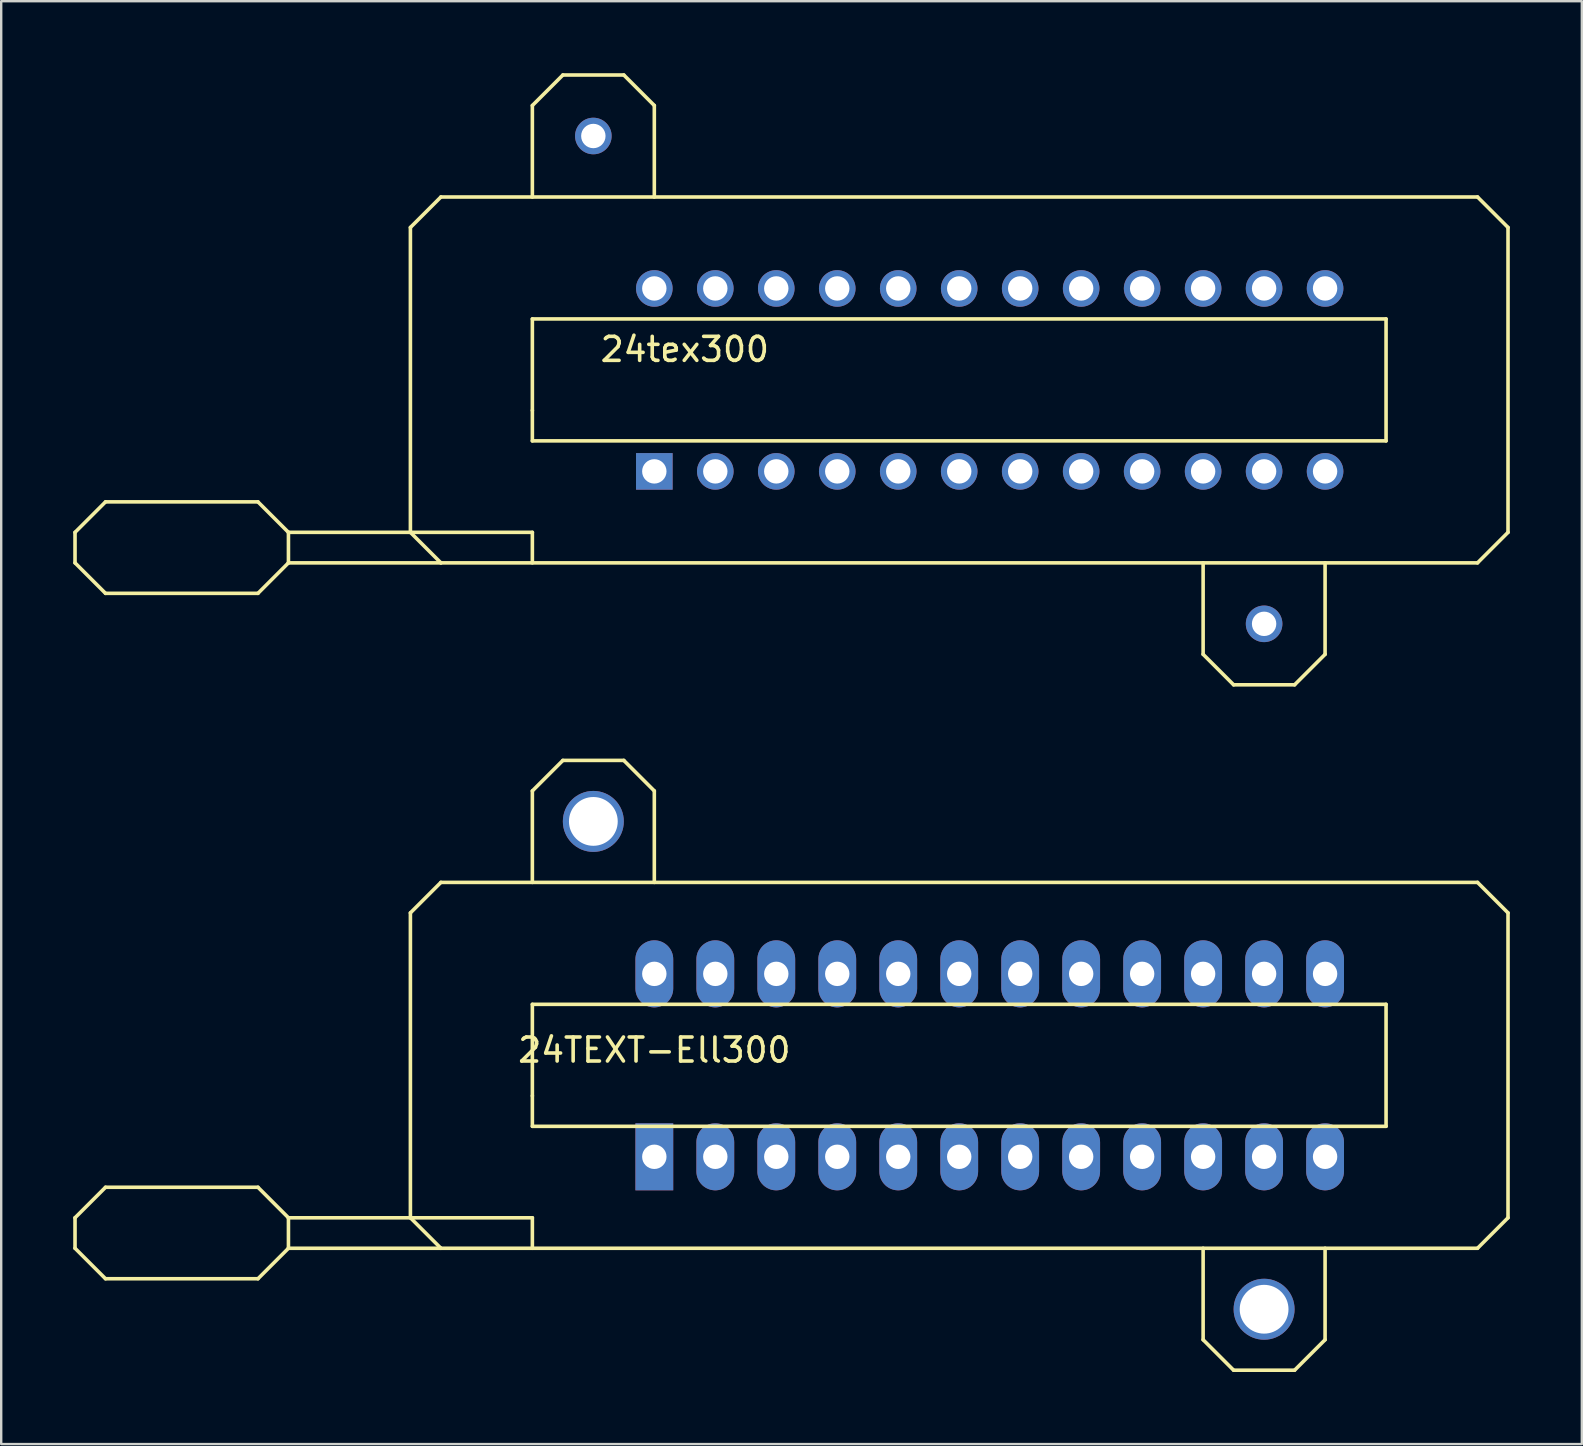
<source format=kicad_pcb>
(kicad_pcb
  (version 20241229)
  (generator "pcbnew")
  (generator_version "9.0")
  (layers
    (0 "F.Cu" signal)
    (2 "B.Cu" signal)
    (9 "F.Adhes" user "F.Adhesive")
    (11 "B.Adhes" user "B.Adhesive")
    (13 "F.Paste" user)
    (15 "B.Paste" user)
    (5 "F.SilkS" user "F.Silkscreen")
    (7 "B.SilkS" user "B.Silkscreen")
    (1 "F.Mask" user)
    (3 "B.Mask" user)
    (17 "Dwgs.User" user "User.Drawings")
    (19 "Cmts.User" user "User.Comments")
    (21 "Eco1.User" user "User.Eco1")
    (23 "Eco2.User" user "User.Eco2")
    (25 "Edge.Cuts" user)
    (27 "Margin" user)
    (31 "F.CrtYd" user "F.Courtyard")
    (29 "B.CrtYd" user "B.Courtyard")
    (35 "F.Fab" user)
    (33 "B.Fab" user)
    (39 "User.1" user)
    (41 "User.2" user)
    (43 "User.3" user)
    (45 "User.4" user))
  (footprint "24TEXT-Ell300"
    (layer "F.Cu")
    (at 38.175 41.325)
    (property "Reference" "24TEXT-Ell300" (at -13.97 -0.635 0) (layer "F.SilkS") (effects (font (size 1 1) (thickness 0.15))))
    (attr through_hole)
    (fp_line (start -38.1 6.35) (end -38.1 7.62) (stroke (width 0.15) (type solid)) (layer "F.SilkS"))
    (fp_line (start -38.1 7.62) (end -36.83 8.89) (stroke (width 0.15) (type solid)) (layer "F.SilkS"))
    (fp_line (start -36.83 5.08) (end -38.1 6.35) (stroke (width 0.15) (type solid)) (layer "F.SilkS"))
    (fp_line (start -36.83 8.89) (end -30.48 8.89) (stroke (width 0.15) (type solid)) (layer "F.SilkS"))
    (fp_line (start -30.48 5.08) (end -36.83 5.08) (stroke (width 0.15) (type solid)) (layer "F.SilkS"))
    (fp_line (start -30.48 5.08) (end -29.21 6.35) (stroke (width 0.15) (type solid)) (layer "F.SilkS"))
    (fp_line (start -30.48 8.89) (end -29.21 7.62) (stroke (width 0.15) (type solid)) (layer "F.SilkS"))
    (fp_line (start -29.21 6.35) (end -29.21 7.62) (stroke (width 0.15) (type solid)) (layer "F.SilkS"))
    (fp_line (start -29.21 6.35) (end -19.05 6.35) (stroke (width 0.15) (type solid)) (layer "F.SilkS"))
    (fp_line (start -29.21 7.62) (end -22.86 7.62) (stroke (width 0.15) (type solid)) (layer "F.SilkS"))
    (fp_line (start -24.13 -6.35) (end -24.13 6.35) (stroke (width 0.15) (type solid)) (layer "F.SilkS"))
    (fp_line (start -24.13 6.35) (end -22.86 7.62) (stroke (width 0.15) (type solid)) (layer "F.SilkS"))
    (fp_line (start -22.86 -7.62) (end -24.13 -6.35) (stroke (width 0.15) (type solid)) (layer "F.SilkS"))
    (fp_line (start -22.86 7.62) (end 20.32 7.62) (stroke (width 0.15) (type solid)) (layer "F.SilkS"))
    (fp_line (start -19.05 -11.43) (end -19.05 -7.62) (stroke (width 0.15) (type solid)) (layer "F.SilkS"))
    (fp_line (start -19.05 -2.54) (end 16.51 -2.54) (stroke (width 0.15) (type solid)) (layer "F.SilkS"))
    (fp_line (start -19.05 1.27) (end -19.05 -2.54) (stroke (width 0.15) (type solid)) (layer "F.SilkS"))
    (fp_line (start -19.05 2.54) (end -19.05 1.27) (stroke (width 0.15) (type solid)) (layer "F.SilkS"))
    (fp_line (start -19.05 6.35) (end -19.05 7.62) (stroke (width 0.15) (type solid)) (layer "F.SilkS"))
    (fp_line (start -17.78 -12.7) (end -19.05 -11.43) (stroke (width 0.15) (type solid)) (layer "F.SilkS"))
    (fp_line (start -15.24 -12.7) (end -17.78 -12.7) (stroke (width 0.15) (type solid)) (layer "F.SilkS"))
    (fp_line (start -13.97 -11.43) (end -15.24 -12.7) (stroke (width 0.15) (type solid)) (layer "F.SilkS"))
    (fp_line (start -13.97 -7.62) (end -13.97 -11.43) (stroke (width 0.15) (type solid)) (layer "F.SilkS"))
    (fp_line (start 8.89 11.43) (end 8.89 7.62) (stroke (width 0.15) (type solid)) (layer "F.SilkS"))
    (fp_line (start 10.16 12.7) (end 8.89 11.43) (stroke (width 0.15) (type solid)) (layer "F.SilkS"))
    (fp_line (start 12.7 12.7) (end 10.16 12.7) (stroke (width 0.15) (type solid)) (layer "F.SilkS"))
    (fp_line (start 13.97 7.62) (end 13.97 11.43) (stroke (width 0.15) (type solid)) (layer "F.SilkS"))
    (fp_line (start 13.97 11.43) (end 12.7 12.7) (stroke (width 0.15) (type solid)) (layer "F.SilkS"))
    (fp_line (start 16.51 -2.54) (end 16.51 2.54) (stroke (width 0.15) (type solid)) (layer "F.SilkS"))
    (fp_line (start 16.51 2.54) (end -19.05 2.54) (stroke (width 0.15) (type solid)) (layer "F.SilkS"))
    (fp_line (start 20.32 -7.62) (end -22.86 -7.62) (stroke (width 0.15) (type solid)) (layer "F.SilkS"))
    (fp_line (start 20.32 7.62) (end 21.59 6.35) (stroke (width 0.15) (type solid)) (layer "F.SilkS"))
    (fp_line (start 21.59 -6.35) (end 20.32 -7.62) (stroke (width 0.15) (type solid)) (layer "F.SilkS"))
    (fp_line (start 21.59 6.35) (end 21.59 -6.35) (stroke (width 0.15) (type solid)) (layer "F.SilkS"))
    (pad "1" thru_hole rect (at -13.97 3.81) (size 1.575 2.794) (drill 1.016) (layers "*.Cu" "*.Mask"))
    (pad "2" thru_hole oval (at -11.43 3.81) (size 1.575 2.794) (drill 1.016) (layers "*.Cu" "*.Mask"))
    (pad "3" thru_hole oval (at -8.89 3.81) (size 1.575 2.794) (drill 1.016) (layers "*.Cu" "*.Mask"))
    (pad "4" thru_hole oval (at -6.35 3.81) (size 1.575 2.794) (drill 1.016) (layers "*.Cu" "*.Mask"))
    (pad "5" thru_hole oval (at -3.81 3.81) (size 1.575 2.794) (drill 1.016) (layers "*.Cu" "*.Mask"))
    (pad "6" thru_hole oval (at -1.27 3.81) (size 1.575 2.794) (drill 1.016) (layers "*.Cu" "*.Mask"))
    (pad "7" thru_hole oval (at 1.27 3.81) (size 1.575 2.794) (drill 1.016) (layers "*.Cu" "*.Mask"))
    (pad "8" thru_hole oval (at 3.81 3.81) (size 1.575 2.794) (drill 1.016) (layers "*.Cu" "*.Mask"))
    (pad "9" thru_hole oval (at 6.35 3.81) (size 1.575 2.794) (drill 1.016) (layers "*.Cu" "*.Mask"))
    (pad "10" thru_hole oval (at 8.89 3.81) (size 1.575 2.794) (drill 1.016) (layers "*.Cu" "*.Mask"))
    (pad "11" thru_hole oval (at 11.43 3.81) (size 1.575 2.794) (drill 1.016) (layers "*.Cu" "*.Mask"))
    (pad "12" thru_hole oval (at 13.97 3.81) (size 1.575 2.794) (drill 1.016) (layers "*.Cu" "*.Mask"))
    (pad "13" thru_hole oval (at 13.97 -3.81) (size 1.575 2.794) (drill 1.016) (layers "*.Cu" "*.Mask"))
    (pad "14" thru_hole oval (at 11.43 -3.81) (size 1.575 2.794) (drill 1.016) (layers "*.Cu" "*.Mask"))
    (pad "15" thru_hole oval (at 8.89 -3.81) (size 1.575 2.794) (drill 1.016) (layers "*.Cu" "*.Mask"))
    (pad "16" thru_hole oval (at 6.35 -3.81) (size 1.575 2.794) (drill 1.016) (layers "*.Cu" "*.Mask"))
    (pad "17" thru_hole oval (at 3.81 -3.81) (size 1.575 2.794) (drill 1.016) (layers "*.Cu" "*.Mask"))
    (pad "18" thru_hole oval (at 1.27 -3.81) (size 1.575 2.794) (drill 1.016) (layers "*.Cu" "*.Mask"))
    (pad "19" thru_hole oval (at -1.27 -3.81) (size 1.575 2.794) (drill 1.016) (layers "*.Cu" "*.Mask"))
    (pad "20" thru_hole oval (at -3.81 -3.81) (size 1.575 2.794) (drill 1.016) (layers "*.Cu" "*.Mask"))
    (pad "21" thru_hole oval (at -6.35 -3.81) (size 1.575 2.794) (drill 1.016) (layers "*.Cu" "*.Mask"))
    (pad "22" thru_hole oval (at -8.89 -3.81) (size 1.575 2.794) (drill 1.016) (layers "*.Cu" "*.Mask"))
    (pad "23" thru_hole oval (at -11.43 -3.81) (size 1.575 2.794) (drill 1.016) (layers "*.Cu" "*.Mask"))
    (pad "24" thru_hole oval (at -13.97 -3.81) (size 1.575 2.794) (drill 1.016) (layers "*.Cu" "*.Mask"))
    (pad "HOLE" thru_hole circle (at -16.51 -10.16) (size 2.54 2.54) (drill 2.032) (layers "*.Cu" "*.Mask"))
    (pad "HOLE" thru_hole circle (at 11.43 10.16) (size 2.54 2.54) (drill 2.032) (layers "*.Cu" "*.Mask")))
  (footprint "24tex300"
    (layer "F.Cu")
    (at 38.175 12.775)
    (property "Reference" "24tex300" (at -12.7 -1.27 0) (layer "F.SilkS") (effects (font (size 1 1) (thickness 0.15))))
    (attr through_hole)
    (fp_line (start -38.1 6.35) (end -38.1 7.62) (stroke (width 0.15) (type solid)) (layer "F.SilkS"))
    (fp_line (start -38.1 7.62) (end -36.83 8.89) (stroke (width 0.15) (type solid)) (layer "F.SilkS"))
    (fp_line (start -36.83 5.08) (end -38.1 6.35) (stroke (width 0.15) (type solid)) (layer "F.SilkS"))
    (fp_line (start -36.83 8.89) (end -30.48 8.89) (stroke (width 0.15) (type solid)) (layer "F.SilkS"))
    (fp_line (start -30.48 5.08) (end -36.83 5.08) (stroke (width 0.15) (type solid)) (layer "F.SilkS"))
    (fp_line (start -30.48 5.08) (end -29.21 6.35) (stroke (width 0.15) (type solid)) (layer "F.SilkS"))
    (fp_line (start -30.48 8.89) (end -29.21 7.62) (stroke (width 0.15) (type solid)) (layer "F.SilkS"))
    (fp_line (start -29.21 6.35) (end -29.21 7.62) (stroke (width 0.15) (type solid)) (layer "F.SilkS"))
    (fp_line (start -29.21 6.35) (end -19.05 6.35) (stroke (width 0.15) (type solid)) (layer "F.SilkS"))
    (fp_line (start -29.21 7.62) (end -22.86 7.62) (stroke (width 0.15) (type solid)) (layer "F.SilkS"))
    (fp_line (start -24.13 -6.35) (end -24.13 6.35) (stroke (width 0.15) (type solid)) (layer "F.SilkS"))
    (fp_line (start -24.13 6.35) (end -22.86 7.62) (stroke (width 0.15) (type solid)) (layer "F.SilkS"))
    (fp_line (start -22.86 -7.62) (end -24.13 -6.35) (stroke (width 0.15) (type solid)) (layer "F.SilkS"))
    (fp_line (start -22.86 7.62) (end 20.32 7.62) (stroke (width 0.15) (type solid)) (layer "F.SilkS"))
    (fp_line (start -19.05 -11.43) (end -19.05 -7.62) (stroke (width 0.15) (type solid)) (layer "F.SilkS"))
    (fp_line (start -19.05 -2.54) (end 16.51 -2.54) (stroke (width 0.15) (type solid)) (layer "F.SilkS"))
    (fp_line (start -19.05 1.27) (end -19.05 -2.54) (stroke (width 0.15) (type solid)) (layer "F.SilkS"))
    (fp_line (start -19.05 2.54) (end -19.05 1.27) (stroke (width 0.15) (type solid)) (layer "F.SilkS"))
    (fp_line (start -19.05 6.35) (end -19.05 7.62) (stroke (width 0.15) (type solid)) (layer "F.SilkS"))
    (fp_line (start -17.78 -12.7) (end -19.05 -11.43) (stroke (width 0.15) (type solid)) (layer "F.SilkS"))
    (fp_line (start -15.24 -12.7) (end -17.78 -12.7) (stroke (width 0.15) (type solid)) (layer "F.SilkS"))
    (fp_line (start -13.97 -11.43) (end -15.24 -12.7) (stroke (width 0.15) (type solid)) (layer "F.SilkS"))
    (fp_line (start -13.97 -7.62) (end -13.97 -11.43) (stroke (width 0.15) (type solid)) (layer "F.SilkS"))
    (fp_line (start 8.89 11.43) (end 8.89 7.62) (stroke (width 0.15) (type solid)) (layer "F.SilkS"))
    (fp_line (start 10.16 12.7) (end 8.89 11.43) (stroke (width 0.15) (type solid)) (layer "F.SilkS"))
    (fp_line (start 12.7 12.7) (end 10.16 12.7) (stroke (width 0.15) (type solid)) (layer "F.SilkS"))
    (fp_line (start 13.97 7.62) (end 13.97 11.43) (stroke (width 0.15) (type solid)) (layer "F.SilkS"))
    (fp_line (start 13.97 11.43) (end 12.7 12.7) (stroke (width 0.15) (type solid)) (layer "F.SilkS"))
    (fp_line (start 16.51 -2.54) (end 16.51 2.54) (stroke (width 0.15) (type solid)) (layer "F.SilkS"))
    (fp_line (start 16.51 2.54) (end -19.05 2.54) (stroke (width 0.15) (type solid)) (layer "F.SilkS"))
    (fp_line (start 20.32 -7.62) (end -22.86 -7.62) (stroke (width 0.15) (type solid)) (layer "F.SilkS"))
    (fp_line (start 20.32 7.62) (end 21.59 6.35) (stroke (width 0.15) (type solid)) (layer "F.SilkS"))
    (fp_line (start 21.59 -6.35) (end 20.32 -7.62) (stroke (width 0.15) (type solid)) (layer "F.SilkS"))
    (fp_line (start 21.59 6.35) (end 21.59 -6.35) (stroke (width 0.15) (type solid)) (layer "F.SilkS"))
    (pad "1" thru_hole rect (at -13.97 3.81) (size 1.524 1.524) (drill 1.016) (layers "*.Cu" "*.Mask"))
    (pad "2" thru_hole circle (at -11.43 3.81) (size 1.524 1.524) (drill 1.016) (layers "*.Cu" "*.Mask"))
    (pad "3" thru_hole circle (at -8.89 3.81) (size 1.524 1.524) (drill 1.016) (layers "*.Cu" "*.Mask"))
    (pad "4" thru_hole circle (at -6.35 3.81) (size 1.524 1.524) (drill 1.016) (layers "*.Cu" "*.Mask"))
    (pad "5" thru_hole circle (at -3.81 3.81) (size 1.524 1.524) (drill 1.016) (layers "*.Cu" "*.Mask"))
    (pad "6" thru_hole circle (at -1.27 3.81) (size 1.524 1.524) (drill 1.016) (layers "*.Cu" "*.Mask"))
    (pad "7" thru_hole circle (at 1.27 3.81) (size 1.524 1.524) (drill 1.016) (layers "*.Cu" "*.Mask"))
    (pad "8" thru_hole circle (at 3.81 3.81) (size 1.524 1.524) (drill 1.016) (layers "*.Cu" "*.Mask"))
    (pad "9" thru_hole circle (at 6.35 3.81) (size 1.524 1.524) (drill 1.016) (layers "*.Cu" "*.Mask"))
    (pad "10" thru_hole circle (at 8.89 3.81) (size 1.524 1.524) (drill 1.016) (layers "*.Cu" "*.Mask"))
    (pad "11" thru_hole circle (at 11.43 3.81) (size 1.524 1.524) (drill 1.016) (layers "*.Cu" "*.Mask"))
    (pad "12" thru_hole circle (at 13.97 3.81) (size 1.524 1.524) (drill 1.016) (layers "*.Cu" "*.Mask"))
    (pad "13" thru_hole circle (at 13.97 -3.81) (size 1.524 1.524) (drill 1.016) (layers "*.Cu" "*.Mask"))
    (pad "14" thru_hole circle (at 11.43 -3.81) (size 1.524 1.524) (drill 1.016) (layers "*.Cu" "*.Mask"))
    (pad "15" thru_hole circle (at 8.89 -3.81) (size 1.524 1.524) (drill 1.016) (layers "*.Cu" "*.Mask"))
    (pad "16" thru_hole circle (at 6.35 -3.81) (size 1.524 1.524) (drill 1.016) (layers "*.Cu" "*.Mask"))
    (pad "17" thru_hole circle (at 3.81 -3.81) (size 1.524 1.524) (drill 1.016) (layers "*.Cu" "*.Mask"))
    (pad "18" thru_hole circle (at 1.27 -3.81) (size 1.524 1.524) (drill 1.016) (layers "*.Cu" "*.Mask"))
    (pad "19" thru_hole circle (at -1.27 -3.81) (size 1.524 1.524) (drill 1.016) (layers "*.Cu" "*.Mask"))
    (pad "20" thru_hole circle (at -3.81 -3.81) (size 1.524 1.524) (drill 1.016) (layers "*.Cu" "*.Mask"))
    (pad "21" thru_hole circle (at -6.35 -3.81) (size 1.524 1.524) (drill 1.016) (layers "*.Cu" "*.Mask"))
    (pad "22" thru_hole circle (at -8.89 -3.81) (size 1.524 1.524) (drill 1.016) (layers "*.Cu" "*.Mask"))
    (pad "23" thru_hole circle (at -11.43 -3.81) (size 1.524 1.524) (drill 1.016) (layers "*.Cu" "*.Mask"))
    (pad "24" thru_hole circle (at -13.97 -3.81) (size 1.524 1.524) (drill 1.016) (layers "*.Cu" "*.Mask"))
    (pad "HOLE" thru_hole circle (at -16.51 -10.16) (size 1.524 1.524) (drill 1.016) (layers "*.Cu" "*.Mask"))
    (pad "HOLE" thru_hole circle (at 11.43 10.16) (size 1.524 1.524) (drill 1.016) (layers "*.Cu" "*.Mask")))
  (gr_rect
    (start -3 -3)
    (end 62.84 57.1)
    (stroke (width 0.1) (type default))
    (fill no)
    (layer "Edge.Cuts")))
</source>
